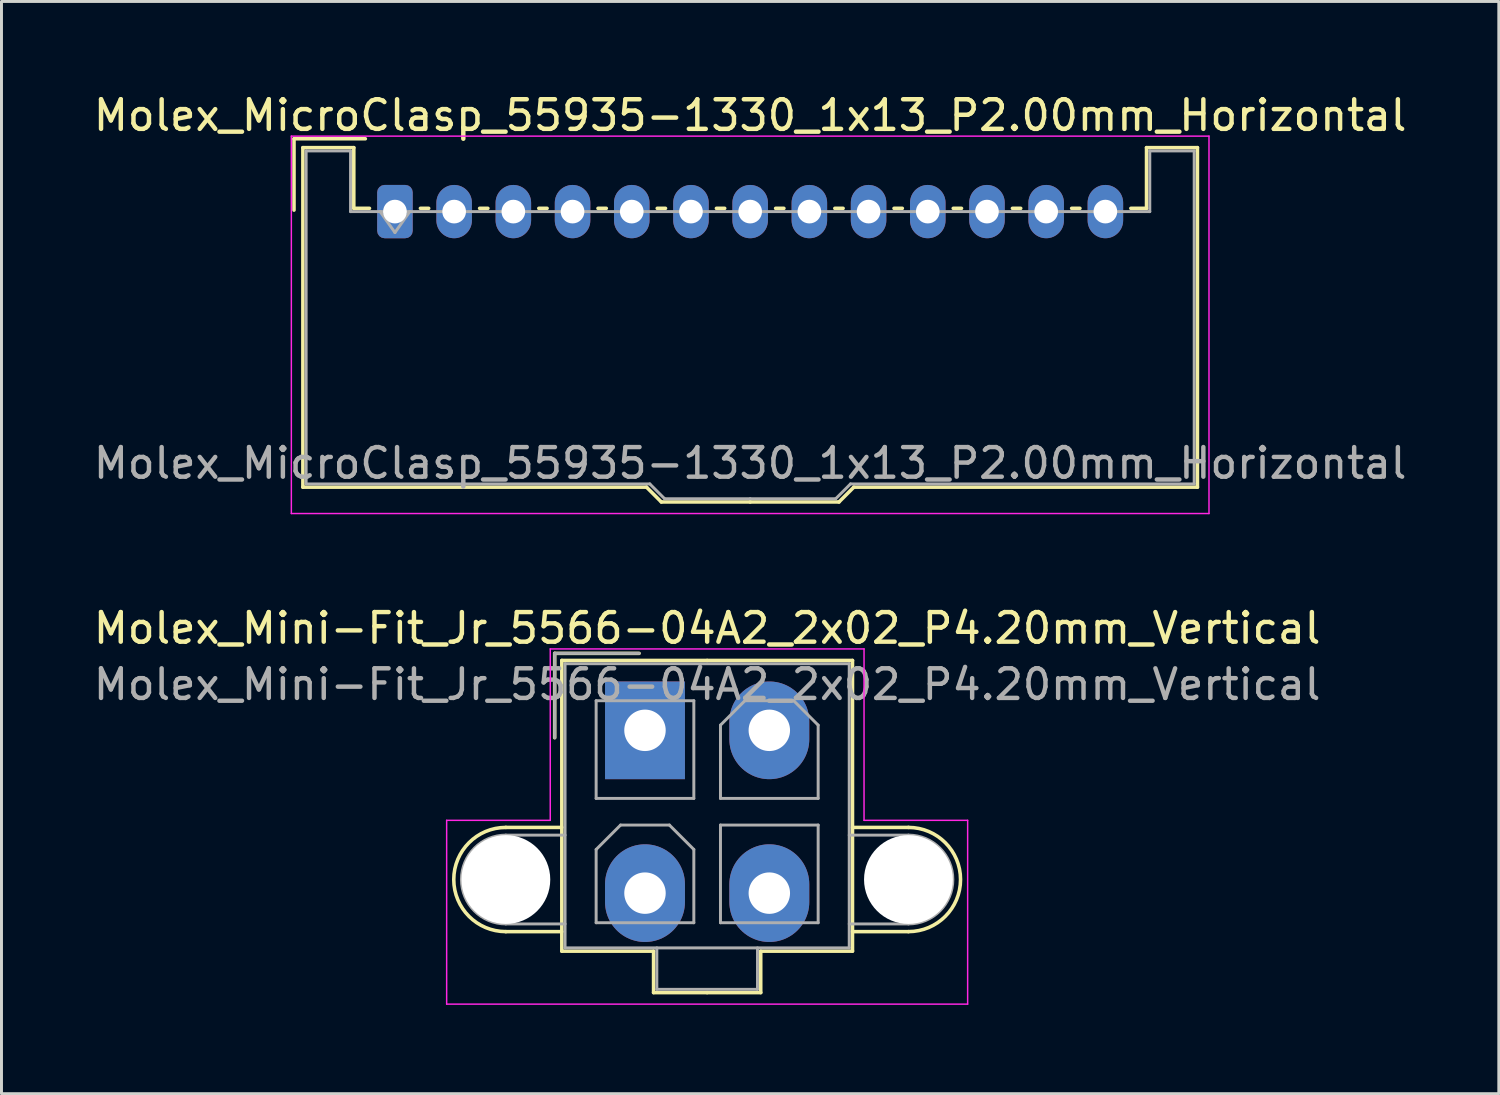
<source format=kicad_pcb>
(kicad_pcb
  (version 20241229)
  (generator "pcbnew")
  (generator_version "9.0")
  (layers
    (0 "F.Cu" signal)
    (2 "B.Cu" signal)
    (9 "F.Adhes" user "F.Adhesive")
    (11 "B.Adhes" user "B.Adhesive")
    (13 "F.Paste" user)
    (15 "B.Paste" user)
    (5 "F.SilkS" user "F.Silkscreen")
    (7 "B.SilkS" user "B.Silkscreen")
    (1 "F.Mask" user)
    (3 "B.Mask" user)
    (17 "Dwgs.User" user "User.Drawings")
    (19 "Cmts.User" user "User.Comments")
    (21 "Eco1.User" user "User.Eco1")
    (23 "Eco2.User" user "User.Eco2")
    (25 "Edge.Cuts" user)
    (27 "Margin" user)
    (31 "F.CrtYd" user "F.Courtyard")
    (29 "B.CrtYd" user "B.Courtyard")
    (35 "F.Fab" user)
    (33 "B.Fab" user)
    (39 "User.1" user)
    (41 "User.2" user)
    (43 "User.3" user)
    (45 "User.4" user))
  (footprint "Molex_Mini-Fit_Jr_5566-04A2_2x02_P4.20mm_Vertical"
    (layer "F.Cu")
    (at 18.739 21.622)
    (property "Reference" "Molex_Mini-Fit_Jr_5566-04A2_2x02_P4.20mm_Vertical" (at 2.1 -3.45 0) (layer "F.SilkS") (effects (font (size 1 1) (thickness 0.15))))
    (attr through_hole)
    (fp_line (start -4.7 3.28) (end -2.81 3.28) (stroke (width 0.12) (type solid)) (layer "F.SilkS"))
    (fp_line (start -4.7 6.8) (end -2.81 6.8) (stroke (width 0.12) (type solid)) (layer "F.SilkS"))
    (fp_line (start -3.05 -2.6) (end -3.05 0.25) (stroke (width 0.12) (type solid)) (layer "F.SilkS"))
    (fp_line (start -2.81 -2.36) (end -2.81 7.46) (stroke (width 0.12) (type solid)) (layer "F.SilkS"))
    (fp_line (start -2.81 7.46) (end 0.29 7.46) (stroke (width 0.12) (type solid)) (layer "F.SilkS"))
    (fp_line (start -0.2 -2.6) (end -3.05 -2.6) (stroke (width 0.12) (type solid)) (layer "F.SilkS"))
    (fp_line (start 0.29 7.46) (end 0.29 8.86) (stroke (width 0.12) (type solid)) (layer "F.SilkS"))
    (fp_line (start 0.29 8.86) (end 2.1 8.86) (stroke (width 0.12) (type solid)) (layer "F.SilkS"))
    (fp_line (start 2.1 -2.36) (end -2.81 -2.36) (stroke (width 0.12) (type solid)) (layer "F.SilkS"))
    (fp_line (start 2.1 -2.36) (end 7.01 -2.36) (stroke (width 0.12) (type solid)) (layer "F.SilkS"))
    (fp_line (start 3.91 7.46) (end 3.91 8.86) (stroke (width 0.12) (type solid)) (layer "F.SilkS"))
    (fp_line (start 3.91 8.86) (end 2.1 8.86) (stroke (width 0.12) (type solid)) (layer "F.SilkS"))
    (fp_line (start 7.01 -2.36) (end 7.01 7.46) (stroke (width 0.12) (type solid)) (layer "F.SilkS"))
    (fp_line (start 7.01 7.46) (end 3.91 7.46) (stroke (width 0.12) (type solid)) (layer "F.SilkS"))
    (fp_line (start 8.9 3.28) (end 7.01 3.28) (stroke (width 0.12) (type solid)) (layer "F.SilkS"))
    (fp_line (start 8.9 6.8) (end 7.01 6.8) (stroke (width 0.12) (type solid)) (layer "F.SilkS"))
    (fp_arc (start -4.7 6.8) (mid -6.46 5.04) (end -4.7 3.28) (stroke (width 0.12) (type solid)) (layer "F.SilkS"))
    (fp_arc (start 8.9 3.28) (mid 10.66 5.04) (end 8.9 6.8) (stroke (width 0.12) (type solid)) (layer "F.SilkS"))
    (fp_line (start -6.7 3.04) (end -6.7 9.25) (stroke (width 0.05) (type solid)) (layer "F.CrtYd"))
    (fp_line (start -6.7 9.25) (end 10.9 9.25) (stroke (width 0.05) (type solid)) (layer "F.CrtYd"))
    (fp_line (start -3.2 -2.75) (end -3.2 3.04) (stroke (width 0.05) (type solid)) (layer "F.CrtYd"))
    (fp_line (start -3.2 3.04) (end -6.7 3.04) (stroke (width 0.05) (type solid)) (layer "F.CrtYd"))
    (fp_line (start 7.4 -2.75) (end -3.2 -2.75) (stroke (width 0.05) (type solid)) (layer "F.CrtYd"))
    (fp_line (start 7.4 3.04) (end 7.4 -2.75) (stroke (width 0.05) (type solid)) (layer "F.CrtYd"))
    (fp_line (start 10.9 3.04) (end 7.4 3.04) (stroke (width 0.05) (type solid)) (layer "F.CrtYd"))
    (fp_line (start 10.9 9.25) (end 10.9 3.04) (stroke (width 0.05) (type solid)) (layer "F.CrtYd"))
    (fp_line (start -4.7 3.54) (end -2.7 3.54) (stroke (width 0.1) (type solid)) (layer "F.Fab"))
    (fp_line (start -4.7 6.54) (end -2.7 6.54) (stroke (width 0.1) (type solid)) (layer "F.Fab"))
    (fp_line (start -3.05 -2.6) (end -3.05 0.25) (stroke (width 0.1) (type solid)) (layer "F.Fab"))
    (fp_line (start -2.7 -2.25) (end -2.7 7.35) (stroke (width 0.1) (type solid)) (layer "F.Fab"))
    (fp_line (start -2.7 7.35) (end 6.9 7.35) (stroke (width 0.1) (type solid)) (layer "F.Fab"))
    (fp_line (start -1.65 -1) (end -1.65 2.3) (stroke (width 0.1) (type solid)) (layer "F.Fab"))
    (fp_line (start -1.65 2.3) (end 1.65 2.3) (stroke (width 0.1) (type solid)) (layer "F.Fab"))
    (fp_line (start -1.65 4.025) (end -0.825 3.2) (stroke (width 0.1) (type solid)) (layer "F.Fab"))
    (fp_line (start -1.65 6.5) (end -1.65 4.025) (stroke (width 0.1) (type solid)) (layer "F.Fab"))
    (fp_line (start -0.825 3.2) (end 0.825 3.2) (stroke (width 0.1) (type solid)) (layer "F.Fab"))
    (fp_line (start -0.2 -2.6) (end -3.05 -2.6) (stroke (width 0.1) (type solid)) (layer "F.Fab"))
    (fp_line (start 0.4 7.35) (end 0.4 8.75) (stroke (width 0.1) (type solid)) (layer "F.Fab"))
    (fp_line (start 0.4 8.75) (end 3.8 8.75) (stroke (width 0.1) (type solid)) (layer "F.Fab"))
    (fp_line (start 0.825 3.2) (end 1.65 4.025) (stroke (width 0.1) (type solid)) (layer "F.Fab"))
    (fp_line (start 1.65 -1) (end -1.65 -1) (stroke (width 0.1) (type solid)) (layer "F.Fab"))
    (fp_line (start 1.65 2.3) (end 1.65 -1) (stroke (width 0.1) (type solid)) (layer "F.Fab"))
    (fp_line (start 1.65 4.025) (end 1.65 6.5) (stroke (width 0.1) (type solid)) (layer "F.Fab"))
    (fp_line (start 1.65 6.5) (end -1.65 6.5) (stroke (width 0.1) (type solid)) (layer "F.Fab"))
    (fp_line (start 2.55 -0.175) (end 3.375 -1) (stroke (width 0.1) (type solid)) (layer "F.Fab"))
    (fp_line (start 2.55 2.3) (end 2.55 -0.175) (stroke (width 0.1) (type solid)) (layer "F.Fab"))
    (fp_line (start 2.55 3.2) (end 2.55 6.5) (stroke (width 0.1) (type solid)) (layer "F.Fab"))
    (fp_line (start 2.55 6.5) (end 5.85 6.5) (stroke (width 0.1) (type solid)) (layer "F.Fab"))
    (fp_line (start 3.375 -1) (end 5.025 -1) (stroke (width 0.1) (type solid)) (layer "F.Fab"))
    (fp_line (start 3.8 8.75) (end 3.8 7.35) (stroke (width 0.1) (type solid)) (layer "F.Fab"))
    (fp_line (start 5.025 -1) (end 5.85 -0.175) (stroke (width 0.1) (type solid)) (layer "F.Fab"))
    (fp_line (start 5.85 -0.175) (end 5.85 2.3) (stroke (width 0.1) (type solid)) (layer "F.Fab"))
    (fp_line (start 5.85 2.3) (end 2.55 2.3) (stroke (width 0.1) (type solid)) (layer "F.Fab"))
    (fp_line (start 5.85 3.2) (end 2.55 3.2) (stroke (width 0.1) (type solid)) (layer "F.Fab"))
    (fp_line (start 5.85 6.5) (end 5.85 3.2) (stroke (width 0.1) (type solid)) (layer "F.Fab"))
    (fp_line (start 6.9 -2.25) (end -2.7 -2.25) (stroke (width 0.1) (type solid)) (layer "F.Fab"))
    (fp_line (start 6.9 7.35) (end 6.9 -2.25) (stroke (width 0.1) (type solid)) (layer "F.Fab"))
    (fp_line (start 8.9 3.54) (end 6.9 3.54) (stroke (width 0.1) (type solid)) (layer "F.Fab"))
    (fp_line (start 8.9 6.54) (end 6.9 6.54) (stroke (width 0.1) (type solid)) (layer "F.Fab"))
    (fp_arc (start -4.7 6.54) (mid -6.2 5.04) (end -4.7 3.54) (stroke (width 0.1) (type solid)) (layer "F.Fab"))
    (fp_arc (start 8.9 3.54) (mid 10.4 5.04) (end 8.9 6.54) (stroke (width 0.1) (type solid)) (layer "F.Fab"))
    (fp_text user "${REFERENCE}" (at 2.1 -1.55 0) (layer "F.Fab") (effects (font (size 1 1) (thickness 0.15))))
    (pad "" np_thru_hole circle (at -4.7 5.04) (size 3 3) (drill 3) (layers "*.Cu" "*.Mask"))
    (pad "" np_thru_hole circle (at 8.9 5.04) (size 3 3) (drill 3) (layers "*.Cu" "*.Mask"))
    (pad "1" thru_hole rect (at 0 0) (size 2.7 3.3) (drill 1.4) (layers "*.Cu" "*.Mask"))
    (pad "2" thru_hole oval (at 4.2 0) (size 2.7 3.3) (drill 1.4) (layers "*.Cu" "*.Mask"))
    (pad "3" thru_hole oval (at 0 5.5) (size 2.7 3.3) (drill 1.4) (layers "*.Cu" "*.Mask"))
    (pad "4" thru_hole oval (at 4.2 5.5) (size 2.7 3.3) (drill 1.4) (layers "*.Cu" "*.Mask")))
  (footprint "Molex_MicroClasp_55935-1330_1x13_P2.00mm_Horizontal"
    (layer "F.Cu")
    (at 10.292 4.098)
    (property "Reference" "Molex_MicroClasp_55935-1330_1x13_P2.00mm_Horizontal" (at 12 -3.25 0) (layer "F.SilkS") (effects (font (size 1 1) (thickness 0.15))))
    (attr through_hole)
    (fp_line (start -3.41 -2.46) (end -1 -2.46) (stroke (width 0.12) (type solid)) (layer "F.SilkS"))
    (fp_line (start -3.41 -0.05) (end -3.41 -2.46) (stroke (width 0.12) (type solid)) (layer "F.SilkS"))
    (fp_line (start -3.11 -2.16) (end -1.39 -2.16) (stroke (width 0.12) (type solid)) (layer "F.SilkS"))
    (fp_line (start -3.11 9.31) (end -3.11 -2.16) (stroke (width 0.12) (type solid)) (layer "F.SilkS"))
    (fp_line (start -1.39 -2.16) (end -1.39 -0.11) (stroke (width 0.12) (type solid)) (layer "F.SilkS"))
    (fp_line (start -1.39 -0.11) (end -0.86 -0.11) (stroke (width 0.12) (type solid)) (layer "F.SilkS"))
    (fp_line (start 0.86 -0.11) (end 1.14 -0.11) (stroke (width 0.12) (type solid)) (layer "F.SilkS"))
    (fp_line (start 2.86 -0.11) (end 3.14 -0.11) (stroke (width 0.12) (type solid)) (layer "F.SilkS"))
    (fp_line (start 4.86 -0.11) (end 5.14 -0.11) (stroke (width 0.12) (type solid)) (layer "F.SilkS"))
    (fp_line (start 6.86 -0.11) (end 7.14 -0.11) (stroke (width 0.12) (type solid)) (layer "F.SilkS"))
    (fp_line (start 8.5 9.31) (end -3.11 9.31) (stroke (width 0.12) (type solid)) (layer "F.SilkS"))
    (fp_line (start 8.86 -0.11) (end 9.14 -0.11) (stroke (width 0.12) (type solid)) (layer "F.SilkS"))
    (fp_line (start 9 9.81) (end 8.5 9.31) (stroke (width 0.12) (type solid)) (layer "F.SilkS"))
    (fp_line (start 10.86 -0.11) (end 11.14 -0.11) (stroke (width 0.12) (type solid)) (layer "F.SilkS"))
    (fp_line (start 12 9.81) (end 9 9.81) (stroke (width 0.12) (type solid)) (layer "F.SilkS"))
    (fp_line (start 12 9.81) (end 15 9.81) (stroke (width 0.12) (type solid)) (layer "F.SilkS"))
    (fp_line (start 12.86 -0.11) (end 13.14 -0.11) (stroke (width 0.12) (type solid)) (layer "F.SilkS"))
    (fp_line (start 14.86 -0.11) (end 15.14 -0.11) (stroke (width 0.12) (type solid)) (layer "F.SilkS"))
    (fp_line (start 15 9.81) (end 15.5 9.31) (stroke (width 0.12) (type solid)) (layer "F.SilkS"))
    (fp_line (start 15.5 9.31) (end 27.11 9.31) (stroke (width 0.12) (type solid)) (layer "F.SilkS"))
    (fp_line (start 16.86 -0.11) (end 17.14 -0.11) (stroke (width 0.12) (type solid)) (layer "F.SilkS"))
    (fp_line (start 18.86 -0.11) (end 19.14 -0.11) (stroke (width 0.12) (type solid)) (layer "F.SilkS"))
    (fp_line (start 20.86 -0.11) (end 21.14 -0.11) (stroke (width 0.12) (type solid)) (layer "F.SilkS"))
    (fp_line (start 22.86 -0.11) (end 23.14 -0.11) (stroke (width 0.12) (type solid)) (layer "F.SilkS"))
    (fp_line (start 25.39 -2.16) (end 25.39 -0.11) (stroke (width 0.12) (type solid)) (layer "F.SilkS"))
    (fp_line (start 25.39 -0.11) (end 24.86 -0.11) (stroke (width 0.12) (type solid)) (layer "F.SilkS"))
    (fp_line (start 27.11 -2.16) (end 25.39 -2.16) (stroke (width 0.12) (type solid)) (layer "F.SilkS"))
    (fp_line (start 27.11 9.31) (end 27.11 -2.16) (stroke (width 0.12) (type solid)) (layer "F.SilkS"))
    (fp_line (start -3.5 -2.55) (end -3.5 10.2) (stroke (width 0.05) (type solid)) (layer "F.CrtYd"))
    (fp_line (start -3.5 10.2) (end 27.5 10.2) (stroke (width 0.05) (type solid)) (layer "F.CrtYd"))
    (fp_line (start 27.5 -2.55) (end -3.5 -2.55) (stroke (width 0.05) (type solid)) (layer "F.CrtYd"))
    (fp_line (start 27.5 10.2) (end 27.5 -2.55) (stroke (width 0.05) (type solid)) (layer "F.CrtYd"))
    (fp_line (start -3 -2.05) (end -1.5 -2.05) (stroke (width 0.1) (type solid)) (layer "F.Fab"))
    (fp_line (start -3 9.2) (end -3 -2.05) (stroke (width 0.1) (type solid)) (layer "F.Fab"))
    (fp_line (start -1.5 -2.05) (end -1.5 0) (stroke (width 0.1) (type solid)) (layer "F.Fab"))
    (fp_line (start -1.5 0) (end 12 0) (stroke (width 0.1) (type solid)) (layer "F.Fab"))
    (fp_line (start -0.5 0) (end 0 0.707) (stroke (width 0.1) (type solid)) (layer "F.Fab"))
    (fp_line (start 0 0.707) (end 0.5 0) (stroke (width 0.1) (type solid)) (layer "F.Fab"))
    (fp_line (start 8.61 9.2) (end -3 9.2) (stroke (width 0.1) (type solid)) (layer "F.Fab"))
    (fp_line (start 9.11 9.7) (end 8.61 9.2) (stroke (width 0.1) (type solid)) (layer "F.Fab"))
    (fp_line (start 12 9.7) (end 9.11 9.7) (stroke (width 0.1) (type solid)) (layer "F.Fab"))
    (fp_line (start 12 9.7) (end 14.89 9.7) (stroke (width 0.1) (type solid)) (layer "F.Fab"))
    (fp_line (start 14.89 9.7) (end 15.39 9.2) (stroke (width 0.1) (type solid)) (layer "F.Fab"))
    (fp_line (start 15.39 9.2) (end 27 9.2) (stroke (width 0.1) (type solid)) (layer "F.Fab"))
    (fp_line (start 25.5 -2.05) (end 25.5 0) (stroke (width 0.1) (type solid)) (layer "F.Fab"))
    (fp_line (start 25.5 0) (end 12 0) (stroke (width 0.1) (type solid)) (layer "F.Fab"))
    (fp_line (start 27 -2.05) (end 25.5 -2.05) (stroke (width 0.1) (type solid)) (layer "F.Fab"))
    (fp_line (start 27 9.2) (end 27 -2.05) (stroke (width 0.1) (type solid)) (layer "F.Fab"))
    (fp_text user "${REFERENCE}" (at 12 8.5 0) (layer "F.Fab") (effects (font (size 1 1) (thickness 0.15))))
    (pad "1" thru_hole roundrect (at 0 0) (size 1.2 1.8) (drill 0.8) (layers "*.Cu" "*.Mask") (roundrect_rratio 0.208))
    (pad "2" thru_hole oval (at 2 0) (size 1.2 1.8) (drill 0.8) (layers "*.Cu" "*.Mask"))
    (pad "3" thru_hole oval (at 4 0) (size 1.2 1.8) (drill 0.8) (layers "*.Cu" "*.Mask"))
    (pad "4" thru_hole oval (at 6 0) (size 1.2 1.8) (drill 0.8) (layers "*.Cu" "*.Mask"))
    (pad "5" thru_hole oval (at 8 0) (size 1.2 1.8) (drill 0.8) (layers "*.Cu" "*.Mask"))
    (pad "6" thru_hole oval (at 10 0) (size 1.2 1.8) (drill 0.8) (layers "*.Cu" "*.Mask"))
    (pad "7" thru_hole oval (at 12 0) (size 1.2 1.8) (drill 0.8) (layers "*.Cu" "*.Mask"))
    (pad "8" thru_hole oval (at 14 0) (size 1.2 1.8) (drill 0.8) (layers "*.Cu" "*.Mask"))
    (pad "9" thru_hole oval (at 16 0) (size 1.2 1.8) (drill 0.8) (layers "*.Cu" "*.Mask"))
    (pad "10" thru_hole oval (at 18 0) (size 1.2 1.8) (drill 0.8) (layers "*.Cu" "*.Mask"))
    (pad "11" thru_hole oval (at 20 0) (size 1.2 1.8) (drill 0.8) (layers "*.Cu" "*.Mask"))
    (pad "12" thru_hole oval (at 22 0) (size 1.2 1.8) (drill 0.8) (layers "*.Cu" "*.Mask"))
    (pad "13" thru_hole oval (at 24 0) (size 1.2 1.8) (drill 0.8) (layers "*.Cu" "*.Mask")))
  (gr_rect
    (start -3 -3)
    (end 47.583 33.897)
    (stroke (width 0.1) (type default))
    (fill no)
    (layer "Edge.Cuts")))
</source>
